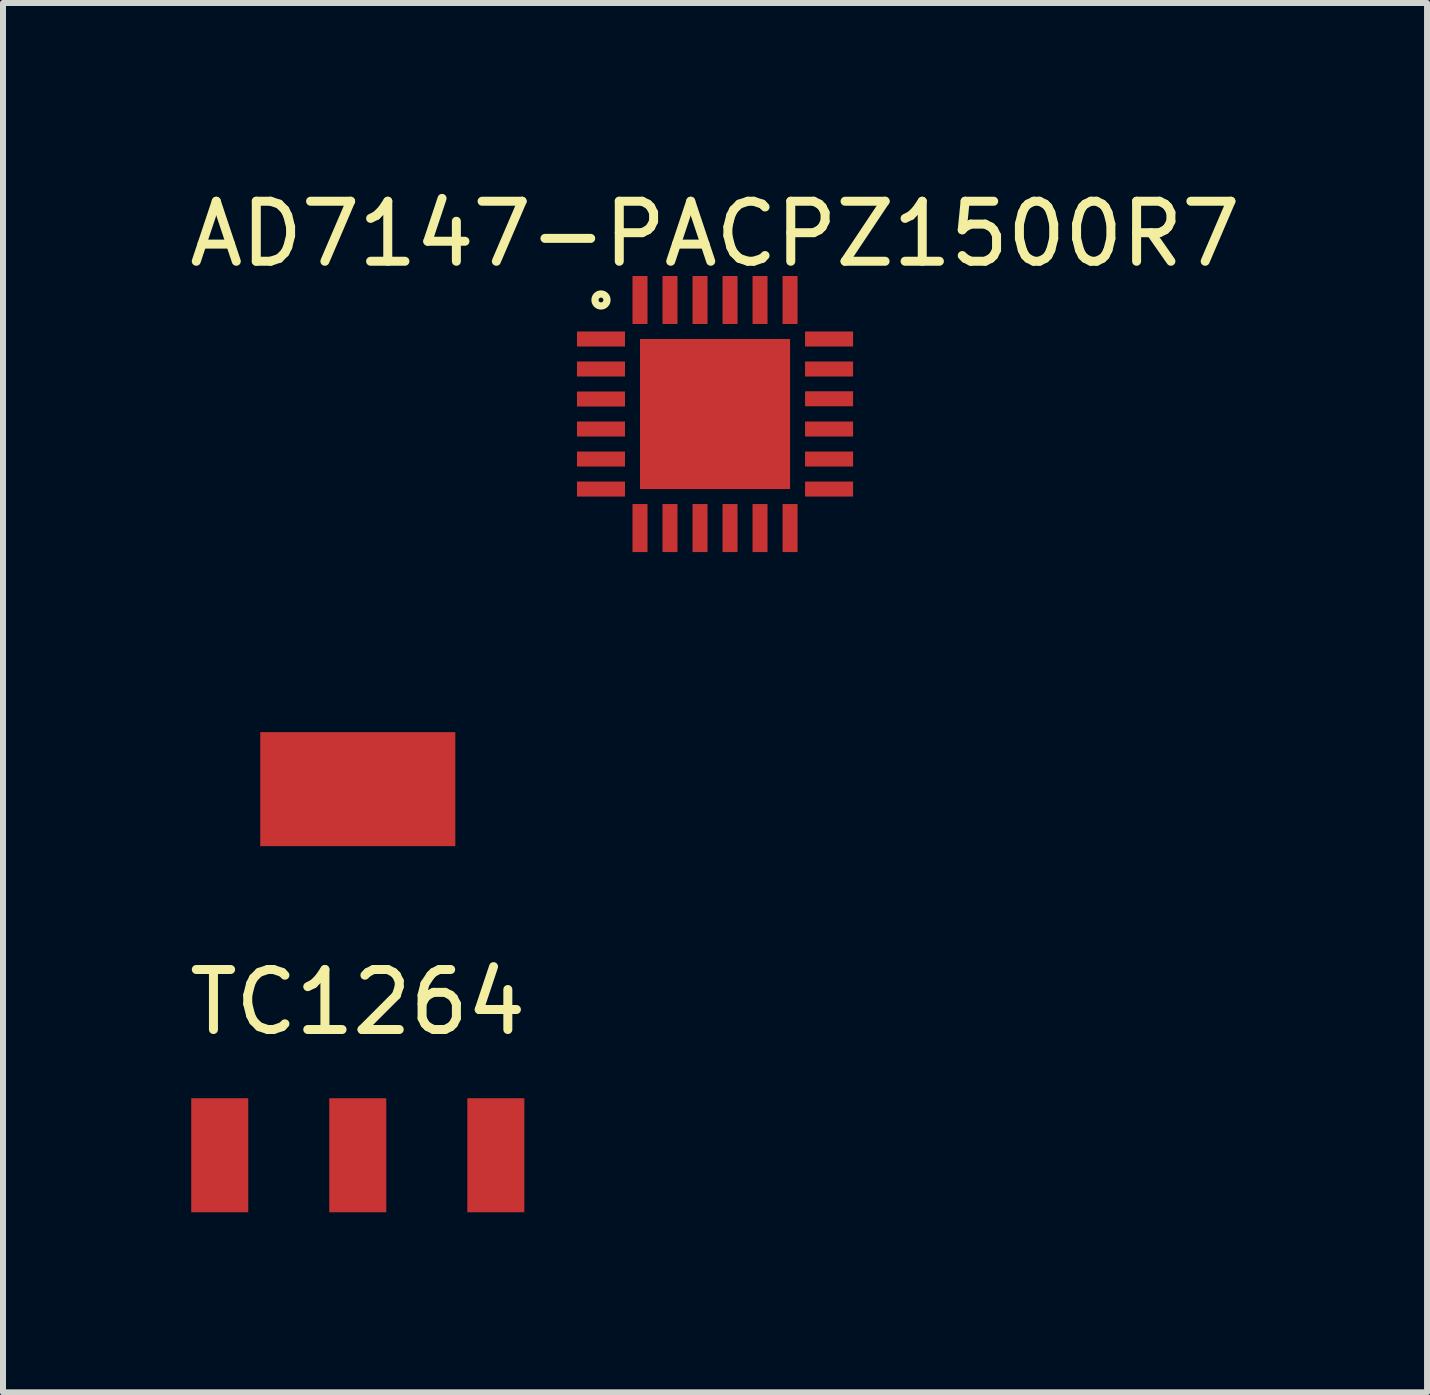
<source format=kicad_pcb>
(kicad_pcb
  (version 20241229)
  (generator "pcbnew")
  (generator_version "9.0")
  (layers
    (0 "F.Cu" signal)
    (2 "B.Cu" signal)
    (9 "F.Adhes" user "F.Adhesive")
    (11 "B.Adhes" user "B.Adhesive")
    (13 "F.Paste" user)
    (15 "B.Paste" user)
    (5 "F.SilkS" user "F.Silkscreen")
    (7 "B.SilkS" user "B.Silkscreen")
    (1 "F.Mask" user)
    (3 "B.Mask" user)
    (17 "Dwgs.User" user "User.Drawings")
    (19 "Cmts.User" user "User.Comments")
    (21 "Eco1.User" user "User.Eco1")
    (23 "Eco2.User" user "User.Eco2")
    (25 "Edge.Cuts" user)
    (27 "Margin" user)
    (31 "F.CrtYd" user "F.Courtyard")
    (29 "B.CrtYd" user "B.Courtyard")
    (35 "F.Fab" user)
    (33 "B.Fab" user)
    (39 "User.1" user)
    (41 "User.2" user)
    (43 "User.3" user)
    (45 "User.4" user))
  (footprint "TC1264"
    (layer "F.Cu")
    (at 2.911 13.148)
    (property "Reference" "TC1264" (at 0 0.5 0) (layer "F.SilkS") (effects (font (size 1 1) (thickness 0.15))))
    (attr through_hole)
    (pad "1" smd rect (at -2.3 3.05 90) (size 1.9 0.95) (layers "F.Cu" "F.Mask" "F.Paste"))
    (pad "2" smd rect (at 0 -3.05) (size 3.25 1.9) (layers "F.Cu" "F.Mask" "F.Paste"))
    (pad "2" smd rect (at 0 3.05 90) (size 1.9 0.95) (layers "F.Cu" "F.Mask" "F.Paste"))
    (pad "3" smd rect (at 2.3 3.05 90) (size 1.9 0.95) (layers "F.Cu" "F.Mask" "F.Paste")))
  (footprint "AD7147-PACPZ1500R7"
    (layer "F.Cu")
    (at 8.863 3.848)
    (property "Reference" "AD7147-PACPZ1500R7" (at 0 -3 0) (layer "F.SilkS") (effects (font (size 1 1) (thickness 0.15))))
    (attr through_hole)
    (fp_circle (center -1.9 -1.9) (end -1.9 -1.8) (stroke (width 0.12) (type solid)) (fill no) (layer "F.SilkS"))
    (pad "" smd rect (at 0 0 180) (size 2.5 2.5) (layers "F.Cu" "F.Mask" "F.Paste"))
    (pad "1" smd rect (at -1.9 -1.25 90) (size 0.25 0.8) (layers "F.Cu" "F.Mask" "F.Paste"))
    (pad "2" smd rect (at -1.9 -0.75 90) (size 0.25 0.8) (layers "F.Cu" "F.Mask" "F.Paste"))
    (pad "3" smd rect (at -1.9 -0.25 90) (size 0.25 0.8) (layers "F.Cu" "F.Mask" "F.Paste"))
    (pad "4" smd rect (at -1.9 0.25 90) (size 0.25 0.8) (layers "F.Cu" "F.Mask" "F.Paste"))
    (pad "5" smd rect (at -1.9 0.75 90) (size 0.25 0.8) (layers "F.Cu" "F.Mask" "F.Paste"))
    (pad "6" smd rect (at -1.9 1.25 90) (size 0.25 0.8) (layers "F.Cu" "F.Mask" "F.Paste"))
    (pad "7" smd rect (at -1.25 1.9 180) (size 0.25 0.8) (layers "F.Cu" "F.Mask" "F.Paste"))
    (pad "8" smd rect (at -0.75 1.9 180) (size 0.25 0.8) (layers "F.Cu" "F.Mask" "F.Paste"))
    (pad "9" smd rect (at -0.25 1.9 180) (size 0.25 0.8) (layers "F.Cu" "F.Mask" "F.Paste"))
    (pad "10" smd rect (at 0.25 1.9 180) (size 0.25 0.8) (layers "F.Cu" "F.Mask" "F.Paste"))
    (pad "11" smd rect (at 0.75 1.9 180) (size 0.25 0.8) (layers "F.Cu" "F.Mask" "F.Paste"))
    (pad "12" smd rect (at 1.25 1.9 180) (size 0.25 0.8) (layers "F.Cu" "F.Mask" "F.Paste"))
    (pad "13" smd rect (at 1.9 1.25 90) (size 0.25 0.8) (layers "F.Cu" "F.Mask" "F.Paste"))
    (pad "14" smd rect (at 1.9 0.75 90) (size 0.25 0.8) (layers "F.Cu" "F.Mask" "F.Paste"))
    (pad "15" smd rect (at 1.9 0.25 90) (size 0.25 0.8) (layers "F.Cu" "F.Mask" "F.Paste"))
    (pad "16" smd rect (at 1.9 -0.254 90) (size 0.25 0.8) (layers "F.Cu" "F.Mask" "F.Paste"))
    (pad "17" smd rect (at 1.9 -0.75 90) (size 0.25 0.8) (layers "F.Cu" "F.Mask" "F.Paste"))
    (pad "18" smd rect (at 1.9 -1.25 90) (size 0.25 0.8) (layers "F.Cu" "F.Mask" "F.Paste"))
    (pad "19" smd rect (at 1.25 -1.9 180) (size 0.25 0.8) (layers "F.Cu" "F.Mask" "F.Paste"))
    (pad "20" smd rect (at 0.75 -1.9 180) (size 0.25 0.8) (layers "F.Cu" "F.Mask" "F.Paste"))
    (pad "21" smd rect (at 0.25 -1.9 180) (size 0.25 0.8) (layers "F.Cu" "F.Mask" "F.Paste"))
    (pad "22" smd rect (at -0.25 -1.9 180) (size 0.25 0.8) (layers "F.Cu" "F.Mask" "F.Paste"))
    (pad "23" smd rect (at -0.75 -1.9 180) (size 0.25 0.8) (layers "F.Cu" "F.Mask" "F.Paste"))
    (pad "24" smd rect (at -1.25 -1.9 180) (size 0.25 0.8) (layers "F.Cu" "F.Mask" "F.Paste")))
  (gr_rect
    (start -3 -3)
    (end 20.726 20.148)
    (stroke (width 0.1) (type default))
    (fill no)
    (layer "Edge.Cuts")))
</source>
